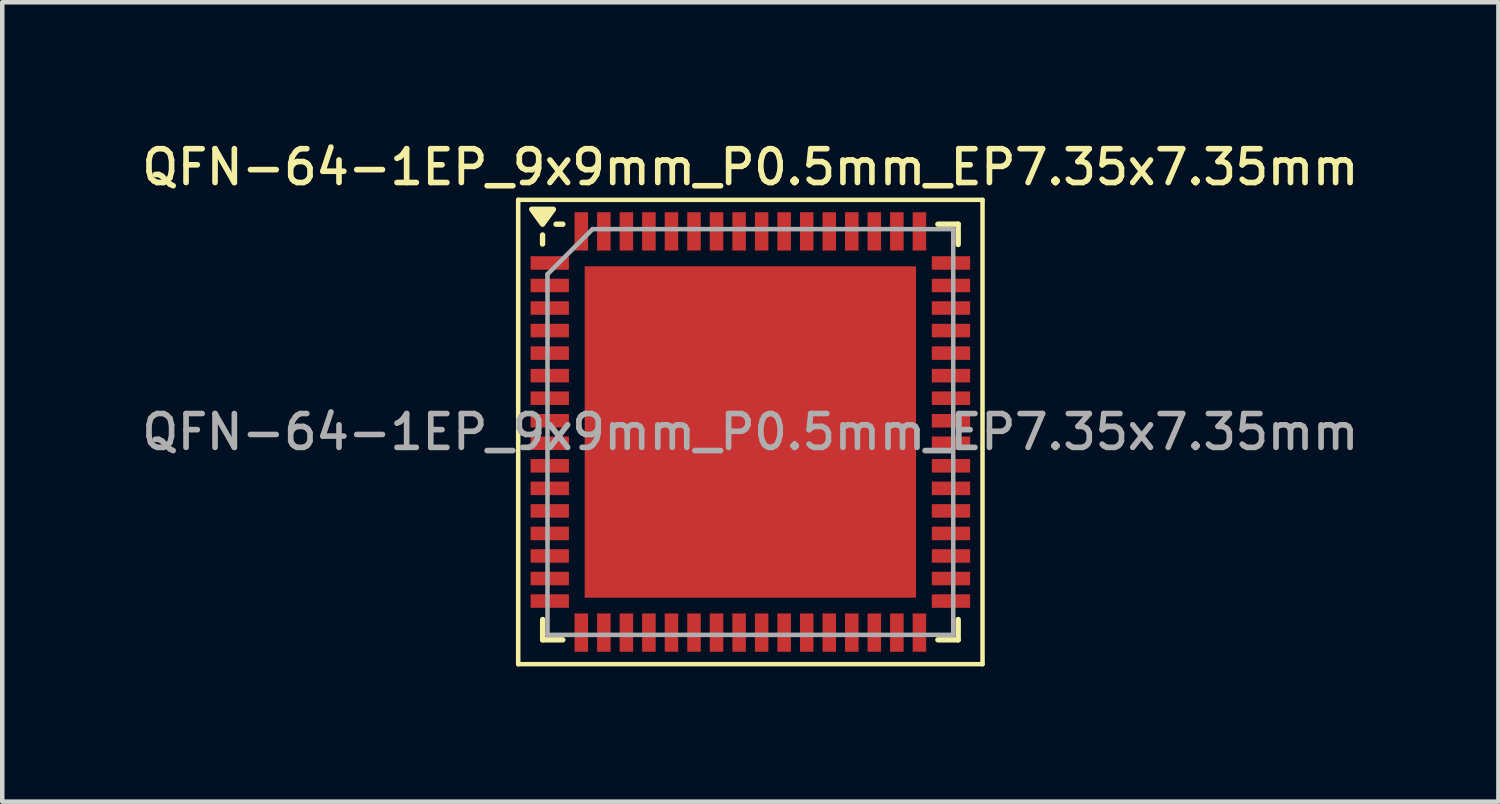
<source format=kicad_pcb>
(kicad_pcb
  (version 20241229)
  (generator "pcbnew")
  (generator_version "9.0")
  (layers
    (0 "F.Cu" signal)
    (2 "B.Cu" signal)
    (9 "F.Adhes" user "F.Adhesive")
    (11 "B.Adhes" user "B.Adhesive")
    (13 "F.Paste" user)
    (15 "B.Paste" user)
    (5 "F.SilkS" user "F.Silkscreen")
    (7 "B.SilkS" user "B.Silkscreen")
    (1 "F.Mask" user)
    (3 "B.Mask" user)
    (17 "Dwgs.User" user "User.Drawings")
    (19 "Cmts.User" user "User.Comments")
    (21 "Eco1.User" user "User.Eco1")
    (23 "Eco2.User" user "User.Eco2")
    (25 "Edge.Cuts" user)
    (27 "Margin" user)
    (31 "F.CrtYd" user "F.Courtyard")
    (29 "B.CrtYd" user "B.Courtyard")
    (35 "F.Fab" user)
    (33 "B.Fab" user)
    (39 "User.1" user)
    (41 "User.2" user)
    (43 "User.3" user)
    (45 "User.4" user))
  (footprint "QFN-64-1EP_9x9mm_P0.5mm_EP7.35x7.35mm"
    (layer "F.Cu")
    (at 13.595 6.533)
    (property "Reference" "QFN-64-1EP_9x9mm_P0.5mm_EP7.35x7.35mm" (at 0 -5.875 0) (layer "F.SilkS") (effects (font (size 0.75 0.75) (thickness 0.125))))
    (attr smd)
    (fp_line (start -5.15 -5.15) (end -5.15 5.15) (stroke (width 0.1) (type solid)) (layer "F.SilkS"))
    (fp_line (start -5.15 -5.15) (end 5.15 -5.15) (stroke (width 0.1) (type solid)) (layer "F.SilkS"))
    (fp_line (start -5.15 5.15) (end 5.15 5.15) (stroke (width 0.1) (type solid)) (layer "F.SilkS"))
    (fp_line (start -4.61 -4.17) (end -4.61 -4.37) (stroke (width 0.12) (type solid)) (layer "F.SilkS"))
    (fp_line (start -4.607 4.61) (end -4.607 4.16) (stroke (width 0.12) (type solid)) (layer "F.SilkS"))
    (fp_line (start -4.607 4.61) (end -4.16 4.61) (stroke (width 0.12) (type solid)) (layer "F.SilkS"))
    (fp_line (start -4.16 -4.61) (end -4.31 -4.61) (stroke (width 0.12) (type solid)) (layer "F.SilkS"))
    (fp_line (start 4.61 -4.61) (end 4.16 -4.61) (stroke (width 0.12) (type solid)) (layer "F.SilkS"))
    (fp_line (start 4.61 -4.61) (end 4.61 -4.16) (stroke (width 0.12) (type solid)) (layer "F.SilkS"))
    (fp_line (start 4.61 4.61) (end 4.16 4.61) (stroke (width 0.12) (type solid)) (layer "F.SilkS"))
    (fp_line (start 4.61 4.61) (end 4.61 4.16) (stroke (width 0.12) (type solid)) (layer "F.SilkS"))
    (fp_line (start 5.15 -5.15) (end 5.15 5.15) (stroke (width 0.1) (type solid)) (layer "F.SilkS"))
    (fp_poly (pts (xy -4.61 -4.61) (xy -4.85 -4.94) (xy -4.37 -4.94) (xy -4.61 -4.61)) (stroke (width 0.12) (type solid)) (fill yes) (layer "F.SilkS"))
    (fp_line (start -4.5 -3.5) (end -3.5 -4.5) (stroke (width 0.1) (type solid)) (layer "F.Fab"))
    (fp_line (start -4.5 4.5) (end -4.5 -3.5) (stroke (width 0.1) (type solid)) (layer "F.Fab"))
    (fp_line (start -3.5 -4.5) (end 4.5 -4.5) (stroke (width 0.1) (type solid)) (layer "F.Fab"))
    (fp_line (start 4.5 -4.5) (end 4.5 4.5) (stroke (width 0.1) (type solid)) (layer "F.Fab"))
    (fp_line (start 4.5 4.5) (end -4.5 4.5) (stroke (width 0.1) (type solid)) (layer "F.Fab"))
    (fp_text user "${REFERENCE}" (at 0 0 0) (layer "F.Fab") (effects (font (size 0.75 0.75) (thickness 0.125))))
    (pad "" smd rect (at -2.94 -2.94) (size 1.19 1.19) (layers "F.Paste"))
    (pad "" smd rect (at -2.94 -1.47) (size 1.19 1.19) (layers "F.Paste"))
    (pad "" smd rect (at -2.94 0) (size 1.19 1.19) (layers "F.Paste"))
    (pad "" smd rect (at -2.94 1.47) (size 1.19 1.19) (layers "F.Paste"))
    (pad "" smd rect (at -2.94 2.94) (size 1.19 1.19) (layers "F.Paste"))
    (pad "" smd rect (at -1.47 -2.94) (size 1.19 1.19) (layers "F.Paste"))
    (pad "" smd rect (at -1.47 -1.47) (size 1.19 1.19) (layers "F.Paste"))
    (pad "" smd rect (at -1.47 0) (size 1.19 1.19) (layers "F.Paste"))
    (pad "" smd rect (at -1.47 1.47) (size 1.19 1.19) (layers "F.Paste"))
    (pad "" smd rect (at -1.47 2.94) (size 1.19 1.19) (layers "F.Paste"))
    (pad "" smd rect (at 0 -2.94) (size 1.19 1.19) (layers "F.Paste"))
    (pad "" smd rect (at 0 -1.47) (size 1.19 1.19) (layers "F.Paste"))
    (pad "" smd rect (at 0 0) (size 1.19 1.19) (layers "F.Paste"))
    (pad "" smd rect (at 0 1.47) (size 1.19 1.19) (layers "F.Paste"))
    (pad "" smd rect (at 0 2.94) (size 1.19 1.19) (layers "F.Paste"))
    (pad "" smd rect (at 1.47 -2.94) (size 1.19 1.19) (layers "F.Paste"))
    (pad "" smd rect (at 1.47 -1.47) (size 1.19 1.19) (layers "F.Paste"))
    (pad "" smd rect (at 1.47 0) (size 1.19 1.19) (layers "F.Paste"))
    (pad "" smd rect (at 1.47 1.47) (size 1.19 1.19) (layers "F.Paste"))
    (pad "" smd rect (at 1.47 2.94) (size 1.19 1.19) (layers "F.Paste"))
    (pad "" smd rect (at 2.94 -2.94) (size 1.19 1.19) (layers "F.Paste"))
    (pad "" smd rect (at 2.94 -1.47) (size 1.19 1.19) (layers "F.Paste"))
    (pad "" smd rect (at 2.94 0) (size 1.19 1.19) (layers "F.Paste"))
    (pad "" smd rect (at 2.94 1.47) (size 1.19 1.19) (layers "F.Paste"))
    (pad "" smd rect (at 2.94 2.94) (size 1.19 1.19) (layers "F.Paste"))
    (pad "1" smd rect (at -4.45 -3.75) (size 0.85 0.3) (layers "F.Cu" "F.Mask" "F.Paste"))
    (pad "2" smd rect (at -4.45 -3.25) (size 0.85 0.3) (layers "F.Cu" "F.Mask" "F.Paste"))
    (pad "3" smd rect (at -4.45 -2.75) (size 0.85 0.3) (layers "F.Cu" "F.Mask" "F.Paste"))
    (pad "4" smd rect (at -4.45 -2.25) (size 0.85 0.3) (layers "F.Cu" "F.Mask" "F.Paste"))
    (pad "5" smd rect (at -4.45 -1.75) (size 0.85 0.3) (layers "F.Cu" "F.Mask" "F.Paste"))
    (pad "6" smd rect (at -4.45 -1.25) (size 0.85 0.3) (layers "F.Cu" "F.Mask" "F.Paste"))
    (pad "7" smd rect (at -4.45 -0.75) (size 0.85 0.3) (layers "F.Cu" "F.Mask" "F.Paste"))
    (pad "8" smd rect (at -4.45 -0.25) (size 0.85 0.3) (layers "F.Cu" "F.Mask" "F.Paste"))
    (pad "9" smd rect (at -4.45 0.25) (size 0.85 0.3) (layers "F.Cu" "F.Mask" "F.Paste"))
    (pad "10" smd rect (at -4.45 0.75) (size 0.85 0.3) (layers "F.Cu" "F.Mask" "F.Paste"))
    (pad "11" smd rect (at -4.45 1.25) (size 0.85 0.3) (layers "F.Cu" "F.Mask" "F.Paste"))
    (pad "12" smd rect (at -4.45 1.75) (size 0.85 0.3) (layers "F.Cu" "F.Mask" "F.Paste"))
    (pad "13" smd rect (at -4.45 2.25) (size 0.85 0.3) (layers "F.Cu" "F.Mask" "F.Paste"))
    (pad "14" smd rect (at -4.45 2.75) (size 0.85 0.3) (layers "F.Cu" "F.Mask" "F.Paste"))
    (pad "15" smd rect (at -4.45 3.25) (size 0.85 0.3) (layers "F.Cu" "F.Mask" "F.Paste"))
    (pad "16" smd rect (at -4.45 3.75) (size 0.85 0.3) (layers "F.Cu" "F.Mask" "F.Paste"))
    (pad "17" smd rect (at -3.75 4.45 90) (size 0.85 0.3) (layers "F.Cu" "F.Mask" "F.Paste"))
    (pad "18" smd rect (at -3.25 4.45 90) (size 0.85 0.3) (layers "F.Cu" "F.Mask" "F.Paste"))
    (pad "19" smd rect (at -2.75 4.45 90) (size 0.85 0.3) (layers "F.Cu" "F.Mask" "F.Paste"))
    (pad "20" smd rect (at -2.25 4.45 90) (size 0.85 0.3) (layers "F.Cu" "F.Mask" "F.Paste"))
    (pad "21" smd rect (at -1.75 4.45 90) (size 0.85 0.3) (layers "F.Cu" "F.Mask" "F.Paste"))
    (pad "22" smd rect (at -1.25 4.45 90) (size 0.85 0.3) (layers "F.Cu" "F.Mask" "F.Paste"))
    (pad "23" smd rect (at -0.75 4.45 90) (size 0.85 0.3) (layers "F.Cu" "F.Mask" "F.Paste"))
    (pad "24" smd rect (at -0.25 4.45 90) (size 0.85 0.3) (layers "F.Cu" "F.Mask" "F.Paste"))
    (pad "25" smd rect (at 0.25 4.45 90) (size 0.85 0.3) (layers "F.Cu" "F.Mask" "F.Paste"))
    (pad "26" smd rect (at 0.75 4.45 90) (size 0.85 0.3) (layers "F.Cu" "F.Mask" "F.Paste"))
    (pad "27" smd rect (at 1.25 4.45 90) (size 0.85 0.3) (layers "F.Cu" "F.Mask" "F.Paste"))
    (pad "28" smd rect (at 1.75 4.45 90) (size 0.85 0.3) (layers "F.Cu" "F.Mask" "F.Paste"))
    (pad "29" smd rect (at 2.25 4.45 90) (size 0.85 0.3) (layers "F.Cu" "F.Mask" "F.Paste"))
    (pad "30" smd rect (at 2.75 4.45 90) (size 0.85 0.3) (layers "F.Cu" "F.Mask" "F.Paste"))
    (pad "31" smd rect (at 3.25 4.45 90) (size 0.85 0.3) (layers "F.Cu" "F.Mask" "F.Paste"))
    (pad "32" smd rect (at 3.75 4.45 90) (size 0.85 0.3) (layers "F.Cu" "F.Mask" "F.Paste"))
    (pad "33" smd rect (at 4.45 3.75) (size 0.85 0.3) (layers "F.Cu" "F.Mask" "F.Paste"))
    (pad "34" smd rect (at 4.45 3.25) (size 0.85 0.3) (layers "F.Cu" "F.Mask" "F.Paste"))
    (pad "35" smd rect (at 4.45 2.75) (size 0.85 0.3) (layers "F.Cu" "F.Mask" "F.Paste"))
    (pad "36" smd rect (at 4.45 2.25) (size 0.85 0.3) (layers "F.Cu" "F.Mask" "F.Paste"))
    (pad "37" smd rect (at 4.45 1.75) (size 0.85 0.3) (layers "F.Cu" "F.Mask" "F.Paste"))
    (pad "38" smd rect (at 4.45 1.25) (size 0.85 0.3) (layers "F.Cu" "F.Mask" "F.Paste"))
    (pad "39" smd rect (at 4.45 0.75) (size 0.85 0.3) (layers "F.Cu" "F.Mask" "F.Paste"))
    (pad "40" smd rect (at 4.45 0.25) (size 0.85 0.3) (layers "F.Cu" "F.Mask" "F.Paste"))
    (pad "41" smd rect (at 4.45 -0.25) (size 0.85 0.3) (layers "F.Cu" "F.Mask" "F.Paste"))
    (pad "42" smd rect (at 4.45 -0.75) (size 0.85 0.3) (layers "F.Cu" "F.Mask" "F.Paste"))
    (pad "43" smd rect (at 4.45 -1.25) (size 0.85 0.3) (layers "F.Cu" "F.Mask" "F.Paste"))
    (pad "44" smd rect (at 4.45 -1.75) (size 0.85 0.3) (layers "F.Cu" "F.Mask" "F.Paste"))
    (pad "45" smd rect (at 4.45 -2.25) (size 0.85 0.3) (layers "F.Cu" "F.Mask" "F.Paste"))
    (pad "46" smd rect (at 4.45 -2.75) (size 0.85 0.3) (layers "F.Cu" "F.Mask" "F.Paste"))
    (pad "47" smd rect (at 4.45 -3.25) (size 0.85 0.3) (layers "F.Cu" "F.Mask" "F.Paste"))
    (pad "48" smd rect (at 4.45 -3.75) (size 0.85 0.3) (layers "F.Cu" "F.Mask" "F.Paste"))
    (pad "49" smd rect (at 3.75 -4.45 90) (size 0.85 0.3) (layers "F.Cu" "F.Mask" "F.Paste"))
    (pad "50" smd rect (at 3.25 -4.45 90) (size 0.85 0.3) (layers "F.Cu" "F.Mask" "F.Paste"))
    (pad "51" smd rect (at 2.75 -4.45 90) (size 0.85 0.3) (layers "F.Cu" "F.Mask" "F.Paste"))
    (pad "52" smd rect (at 2.25 -4.45 90) (size 0.85 0.3) (layers "F.Cu" "F.Mask" "F.Paste"))
    (pad "53" smd rect (at 1.75 -4.45 90) (size 0.85 0.3) (layers "F.Cu" "F.Mask" "F.Paste"))
    (pad "54" smd rect (at 1.25 -4.45 90) (size 0.85 0.3) (layers "F.Cu" "F.Mask" "F.Paste"))
    (pad "55" smd rect (at 0.75 -4.45 90) (size 0.85 0.3) (layers "F.Cu" "F.Mask" "F.Paste"))
    (pad "56" smd rect (at 0.25 -4.45 90) (size 0.85 0.3) (layers "F.Cu" "F.Mask" "F.Paste"))
    (pad "57" smd rect (at -0.25 -4.45 90) (size 0.85 0.3) (layers "F.Cu" "F.Mask" "F.Paste"))
    (pad "58" smd rect (at -0.75 -4.45 90) (size 0.85 0.3) (layers "F.Cu" "F.Mask" "F.Paste"))
    (pad "59" smd rect (at -1.25 -4.45 90) (size 0.85 0.3) (layers "F.Cu" "F.Mask" "F.Paste"))
    (pad "60" smd rect (at -1.75 -4.45 90) (size 0.85 0.3) (layers "F.Cu" "F.Mask" "F.Paste"))
    (pad "61" smd rect (at -2.25 -4.45 90) (size 0.85 0.3) (layers "F.Cu" "F.Mask" "F.Paste"))
    (pad "62" smd rect (at -2.75 -4.45 90) (size 0.85 0.3) (layers "F.Cu" "F.Mask" "F.Paste"))
    (pad "63" smd rect (at -3.25 -4.45 90) (size 0.85 0.3) (layers "F.Cu" "F.Mask" "F.Paste"))
    (pad "64" smd rect (at -3.75 -4.45 90) (size 0.85 0.3) (layers "F.Cu" "F.Mask" "F.Paste"))
    (pad "65" smd rect (at 0 0) (size 7.35 7.35) (layers "F.Cu" "F.Mask")))
  (gr_rect
    (start -3 -3)
    (end 30.189 14.733)
    (stroke (width 0.1) (type default))
    (fill no)
    (layer "Edge.Cuts")))
</source>
